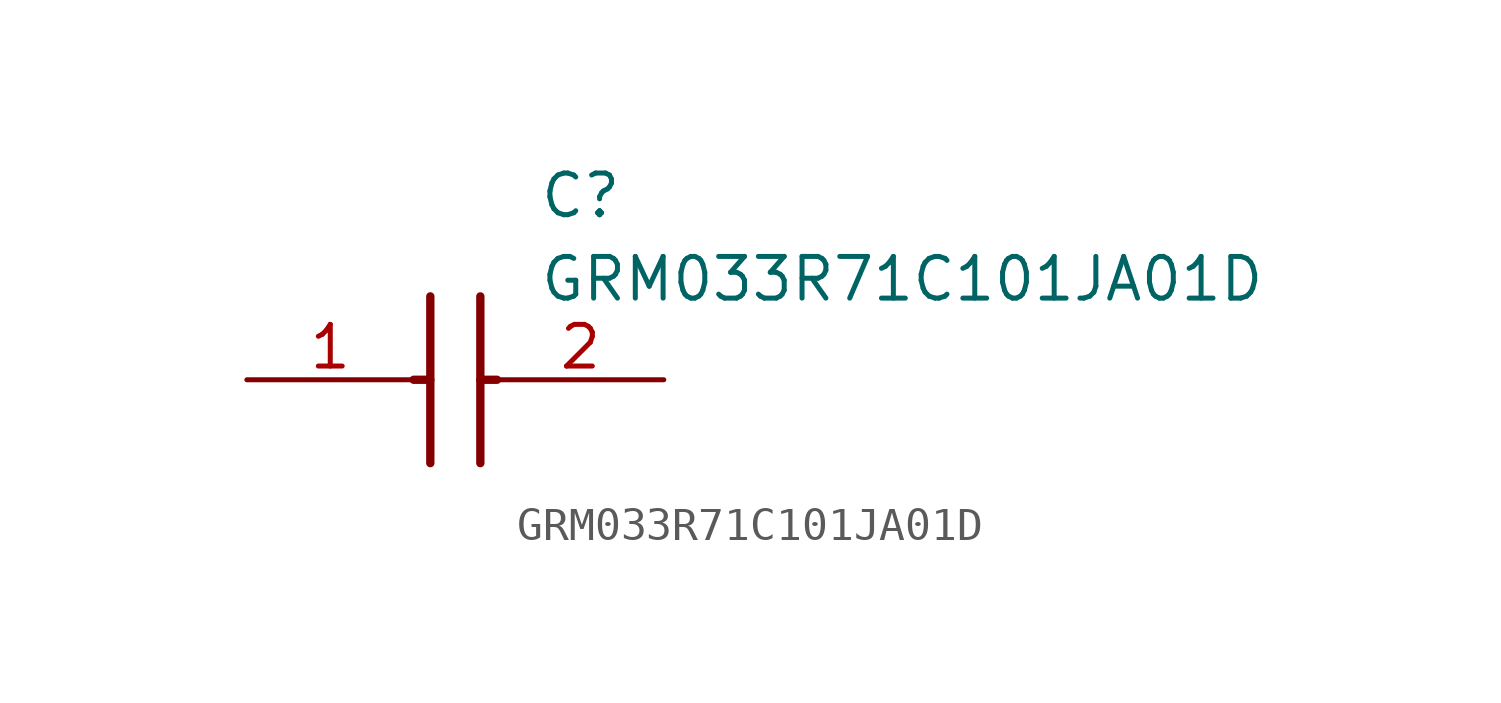
<source format=kicad_sym>
(kicad_symbol_lib
  (version 20211014)
  (generator SamacSys_ECAD_Model)
  (symbol "GRM033R71C101JA01D"
    (pin_names hide)
    (property "Reference" "C"
      (at 8.89 6.35 0)
      (effects (font (size 1.27 1.27)) (justify left top)))
    (property "Value" "GRM033R71C101JA01D"
      (at 8.89 3.81 0)
      (effects (font (size 1.27 1.27)) (justify left top)))
    (polyline
      (pts (xy 5.588 2.54) (xy 5.588 -2.54))
      (stroke (width 0.254) (type default))
      (fill (type none)))
    (polyline
      (pts (xy 7.112 2.54) (xy 7.112 -2.54))
      (stroke (width 0.254) (type default))
      (fill (type none)))
    (polyline
      (pts (xy 5.08 0) (xy 5.588 0))
      (stroke (width 0.254) (type default))
      (fill (type none)))
    (polyline
      (pts (xy 7.112 0) (xy 7.62 0))
      (stroke (width 0.254) (type default))
      (fill (type none)))
    (pin passive line
      (at 0 0 0)
      (length 5.08)
      (name "1" (effects (font (size 1.27 1.27))))
      (number "1" (effects (font (size 1.27 1.27)))))
    (pin passive line
      (at 12.7 0 180)
      (length 5.08)
      (name "2" (effects (font (size 1.27 1.27))))
      (number "2" (effects (font (size 1.27 1.27)))))))
</source>
